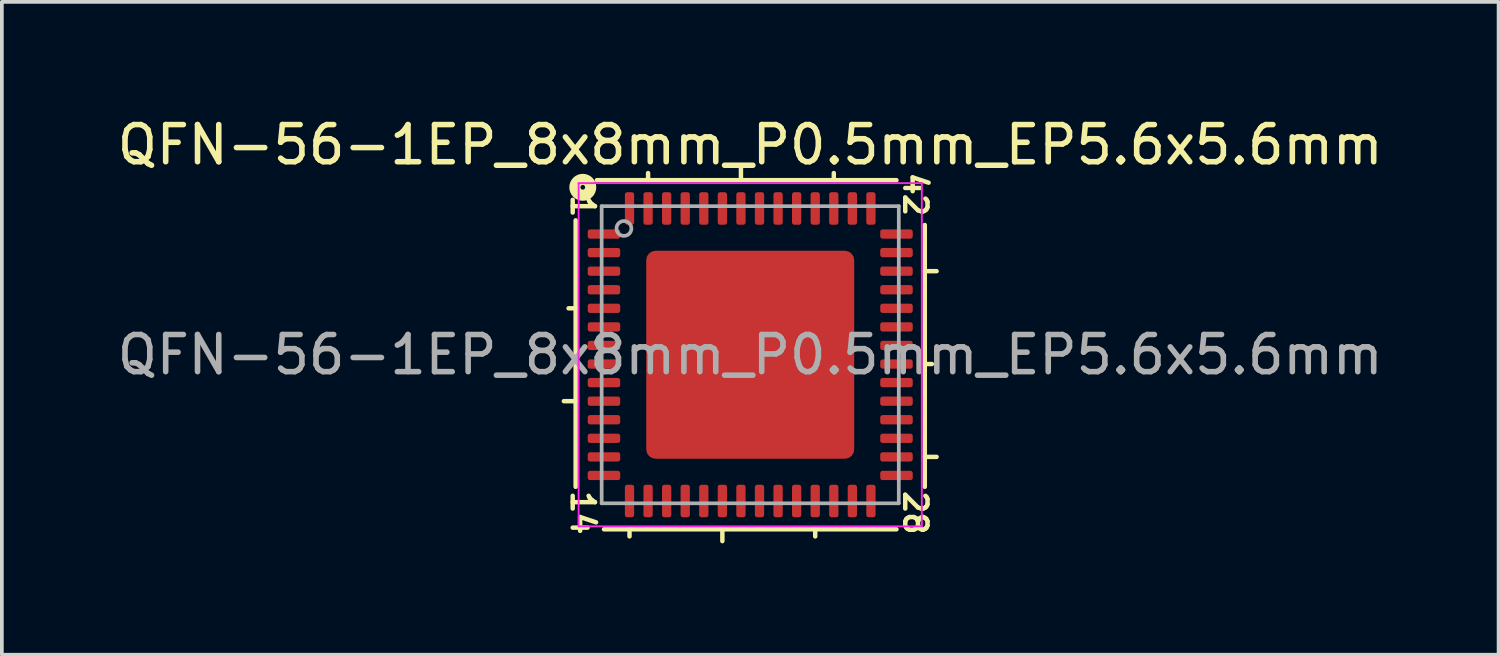
<source format=kicad_pcb>
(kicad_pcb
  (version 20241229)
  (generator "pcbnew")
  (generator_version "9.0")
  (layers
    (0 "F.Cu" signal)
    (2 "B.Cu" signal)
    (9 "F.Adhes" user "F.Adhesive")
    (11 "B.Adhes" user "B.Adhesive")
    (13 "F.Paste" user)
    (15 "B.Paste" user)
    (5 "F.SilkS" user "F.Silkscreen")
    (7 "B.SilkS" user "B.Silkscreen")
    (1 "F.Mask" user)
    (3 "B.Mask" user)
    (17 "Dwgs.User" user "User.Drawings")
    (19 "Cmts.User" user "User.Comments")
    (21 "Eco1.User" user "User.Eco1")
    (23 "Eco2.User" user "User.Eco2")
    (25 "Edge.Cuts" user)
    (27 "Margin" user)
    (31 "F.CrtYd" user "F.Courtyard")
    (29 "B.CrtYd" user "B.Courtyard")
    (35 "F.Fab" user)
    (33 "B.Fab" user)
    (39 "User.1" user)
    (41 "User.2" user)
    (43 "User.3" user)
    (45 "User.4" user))
  (footprint "QFN-56-1EP_8x8mm_P0.5mm_EP5.6x5.6mm"
    (layer "F.Cu")
    (at 17.149 6.501)
    (property "Reference" "QFN-56-1EP_8x8mm_P0.5mm_EP5.6x5.6mm" (at 0 -5.652 0) (layer "F.SilkS") (effects (font (size 1 1) (thickness 0.15))))
    (attr smd)
    (fp_line (start -4.7 -3.619) (end -4.7 3.556) (stroke (width 0.12) (type solid)) (layer "F.SilkS"))
    (fp_line (start -4.7 -1.25) (end -4.891 -1.25) (stroke (width 0.12) (type solid)) (layer "F.SilkS"))
    (fp_line (start -4.7 1.25) (end -5.018 1.25) (stroke (width 0.12) (type solid)) (layer "F.SilkS"))
    (fp_line (start -3.937 4.7) (end 3.937 4.7) (stroke (width 0.12) (type solid)) (layer "F.SilkS"))
    (fp_line (start -3.25 4.891) (end -3.25 4.7) (stroke (width 0.12) (type solid)) (layer "F.SilkS"))
    (fp_line (start -2.75 -4.7) (end -2.75 -4.891) (stroke (width 0.12) (type solid)) (layer "F.SilkS"))
    (fp_line (start -0.75 5.018) (end -0.75 4.7) (stroke (width 0.12) (type solid)) (layer "F.SilkS"))
    (fp_line (start -0.25 -4.7) (end -0.25 -5.018) (stroke (width 0.12) (type solid)) (layer "F.SilkS"))
    (fp_line (start 1.75 4.891) (end 1.75 4.7) (stroke (width 0.12) (type solid)) (layer "F.SilkS"))
    (fp_line (start 2.25 -4.7) (end 2.25 -4.891) (stroke (width 0.12) (type solid)) (layer "F.SilkS"))
    (fp_line (start 3.937 -4.7) (end -4.128 -4.7) (stroke (width 0.12) (type solid)) (layer "F.SilkS"))
    (fp_line (start 4.7 -2.25) (end 5.018 -2.25) (stroke (width 0.12) (type solid)) (layer "F.SilkS"))
    (fp_line (start 4.7 0.25) (end 4.891 0.25) (stroke (width 0.12) (type solid)) (layer "F.SilkS"))
    (fp_line (start 4.7 2.75) (end 5.018 2.75) (stroke (width 0.12) (type solid)) (layer "F.SilkS"))
    (fp_line (start 4.7 3.556) (end 4.7 -3.493) (stroke (width 0.12) (type solid)) (layer "F.SilkS"))
    (fp_circle (center -4.508 -4.508) (end -4.445 -4.508) (stroke (width 0.3) (type solid)) (fill no) (layer "F.SilkS"))
    (fp_line (start -4.62 -4.62) (end -4.62 4.62) (stroke (width 0.05) (type solid)) (layer "F.CrtYd"))
    (fp_line (start -4.62 4.62) (end 4.62 4.62) (stroke (width 0.05) (type solid)) (layer "F.CrtYd"))
    (fp_line (start 4.62 -4.62) (end -4.62 -4.62) (stroke (width 0.05) (type solid)) (layer "F.CrtYd"))
    (fp_line (start 4.62 4.62) (end 4.62 -4.62) (stroke (width 0.05) (type solid)) (layer "F.CrtYd"))
    (fp_line (start -4 -4) (end 4 -4) (stroke (width 0.1) (type solid)) (layer "F.Fab"))
    (fp_line (start -4 4) (end -4 -4) (stroke (width 0.1) (type solid)) (layer "F.Fab"))
    (fp_line (start 4 -4) (end 4 4) (stroke (width 0.1) (type solid)) (layer "F.Fab"))
    (fp_line (start 4 4) (end -4 4) (stroke (width 0.1) (type solid)) (layer "F.Fab"))
    (fp_circle (center -3.4 -3.4) (end -3.2 -3.4) (stroke (width 0.1) (type solid)) (fill no) (layer "F.Fab"))
    (fp_text user "1" (at -4.508 -4 270) (unlocked yes) (layer "F.SilkS") (effects (font (size 0.6 0.6) (thickness 0.12))))
    (fp_text user "28" (at 4.445 4.255 270) (unlocked yes) (layer "F.SilkS") (effects (font (size 0.6 0.6) (thickness 0.12))))
    (fp_text user "42" (at 4.445 -4.318 270) (unlocked yes) (layer "F.SilkS") (effects (font (size 0.6 0.6) (thickness 0.12))))
    (fp_text user "14" (at -4.508 4.255 270) (unlocked yes) (layer "F.SilkS") (effects (font (size 0.6 0.6) (thickness 0.12))))
    (fp_text user "${REFERENCE}" (at 0 0 0) (layer "F.Fab") (effects (font (size 1 1) (thickness 0.15))))
    (pad "" smd roundrect (at -2.1 -2.1) (size 1.13 1.13) (layers "F.Paste") (roundrect_rratio 0.221))
    (pad "" smd roundrect (at -2.1 -0.7) (size 1.13 1.13) (layers "F.Paste") (roundrect_rratio 0.221))
    (pad "" smd roundrect (at -2.1 0.7) (size 1.13 1.13) (layers "F.Paste") (roundrect_rratio 0.221))
    (pad "" smd roundrect (at -2.1 2.1) (size 1.13 1.13) (layers "F.Paste") (roundrect_rratio 0.221))
    (pad "" smd roundrect (at -0.7 -2.1) (size 1.13 1.13) (layers "F.Paste") (roundrect_rratio 0.221))
    (pad "" smd roundrect (at -0.7 -0.7) (size 1.13 1.13) (layers "F.Paste") (roundrect_rratio 0.221))
    (pad "" smd roundrect (at -0.7 0.7) (size 1.13 1.13) (layers "F.Paste") (roundrect_rratio 0.221))
    (pad "" smd roundrect (at -0.7 2.1) (size 1.13 1.13) (layers "F.Paste") (roundrect_rratio 0.221))
    (pad "" smd roundrect (at 0.7 -2.1) (size 1.13 1.13) (layers "F.Paste") (roundrect_rratio 0.221))
    (pad "" smd roundrect (at 0.7 -0.7) (size 1.13 1.13) (layers "F.Paste") (roundrect_rratio 0.221))
    (pad "" smd roundrect (at 0.7 0.7) (size 1.13 1.13) (layers "F.Paste") (roundrect_rratio 0.221))
    (pad "" smd roundrect (at 0.7 2.1) (size 1.13 1.13) (layers "F.Paste") (roundrect_rratio 0.221))
    (pad "" smd roundrect (at 2.1 -2.1) (size 1.13 1.13) (layers "F.Paste") (roundrect_rratio 0.221))
    (pad "" smd roundrect (at 2.1 -0.7) (size 1.13 1.13) (layers "F.Paste") (roundrect_rratio 0.221))
    (pad "" smd roundrect (at 2.1 0.7) (size 1.13 1.13) (layers "F.Paste") (roundrect_rratio 0.221))
    (pad "" smd roundrect (at 2.1 2.1) (size 1.13 1.13) (layers "F.Paste") (roundrect_rratio 0.221))
    (pad "1" smd roundrect (at -3.938 -3.25) (size 0.875 0.25) (layers "F.Cu" "F.Mask" "F.Paste") (roundrect_rratio 0.25))
    (pad "2" smd roundrect (at -3.938 -2.75) (size 0.875 0.25) (layers "F.Cu" "F.Mask" "F.Paste") (roundrect_rratio 0.25))
    (pad "3" smd roundrect (at -3.938 -2.25) (size 0.875 0.25) (layers "F.Cu" "F.Mask" "F.Paste") (roundrect_rratio 0.25))
    (pad "4" smd roundrect (at -3.938 -1.75) (size 0.875 0.25) (layers "F.Cu" "F.Mask" "F.Paste") (roundrect_rratio 0.25))
    (pad "5" smd roundrect (at -3.938 -1.25) (size 0.875 0.25) (layers "F.Cu" "F.Mask" "F.Paste") (roundrect_rratio 0.25))
    (pad "6" smd roundrect (at -3.938 -0.75) (size 0.875 0.25) (layers "F.Cu" "F.Mask" "F.Paste") (roundrect_rratio 0.25))
    (pad "7" smd roundrect (at -3.938 -0.25) (size 0.875 0.25) (layers "F.Cu" "F.Mask" "F.Paste") (roundrect_rratio 0.25))
    (pad "8" smd roundrect (at -3.938 0.25) (size 0.875 0.25) (layers "F.Cu" "F.Mask" "F.Paste") (roundrect_rratio 0.25))
    (pad "9" smd roundrect (at -3.938 0.75) (size 0.875 0.25) (layers "F.Cu" "F.Mask" "F.Paste") (roundrect_rratio 0.25))
    (pad "10" smd roundrect (at -3.938 1.25) (size 0.875 0.25) (layers "F.Cu" "F.Mask" "F.Paste") (roundrect_rratio 0.25))
    (pad "11" smd roundrect (at -3.938 1.75) (size 0.875 0.25) (layers "F.Cu" "F.Mask" "F.Paste") (roundrect_rratio 0.25))
    (pad "12" smd roundrect (at -3.938 2.25) (size 0.875 0.25) (layers "F.Cu" "F.Mask" "F.Paste") (roundrect_rratio 0.25))
    (pad "13" smd roundrect (at -3.938 2.75) (size 0.875 0.25) (layers "F.Cu" "F.Mask" "F.Paste") (roundrect_rratio 0.25))
    (pad "14" smd roundrect (at -3.938 3.25) (size 0.875 0.25) (layers "F.Cu" "F.Mask" "F.Paste") (roundrect_rratio 0.25))
    (pad "15" smd roundrect (at -3.25 3.938) (size 0.25 0.875) (layers "F.Cu" "F.Mask" "F.Paste") (roundrect_rratio 0.25))
    (pad "16" smd roundrect (at -2.75 3.938) (size 0.25 0.875) (layers "F.Cu" "F.Mask" "F.Paste") (roundrect_rratio 0.25))
    (pad "17" smd roundrect (at -2.25 3.938) (size 0.25 0.875) (layers "F.Cu" "F.Mask" "F.Paste") (roundrect_rratio 0.25))
    (pad "18" smd roundrect (at -1.75 3.938) (size 0.25 0.875) (layers "F.Cu" "F.Mask" "F.Paste") (roundrect_rratio 0.25))
    (pad "19" smd roundrect (at -1.25 3.938) (size 0.25 0.875) (layers "F.Cu" "F.Mask" "F.Paste") (roundrect_rratio 0.25))
    (pad "20" smd roundrect (at -0.75 3.938) (size 0.25 0.875) (layers "F.Cu" "F.Mask" "F.Paste") (roundrect_rratio 0.25))
    (pad "21" smd roundrect (at -0.25 3.938) (size 0.25 0.875) (layers "F.Cu" "F.Mask" "F.Paste") (roundrect_rratio 0.25))
    (pad "22" smd roundrect (at 0.25 3.938) (size 0.25 0.875) (layers "F.Cu" "F.Mask" "F.Paste") (roundrect_rratio 0.25))
    (pad "23" smd roundrect (at 0.75 3.938) (size 0.25 0.875) (layers "F.Cu" "F.Mask" "F.Paste") (roundrect_rratio 0.25))
    (pad "24" smd roundrect (at 1.25 3.938) (size 0.25 0.875) (layers "F.Cu" "F.Mask" "F.Paste") (roundrect_rratio 0.25))
    (pad "25" smd roundrect (at 1.75 3.938) (size 0.25 0.875) (layers "F.Cu" "F.Mask" "F.Paste") (roundrect_rratio 0.25))
    (pad "26" smd roundrect (at 2.25 3.938) (size 0.25 0.875) (layers "F.Cu" "F.Mask" "F.Paste") (roundrect_rratio 0.25))
    (pad "27" smd roundrect (at 2.75 3.938) (size 0.25 0.875) (layers "F.Cu" "F.Mask" "F.Paste") (roundrect_rratio 0.25))
    (pad "28" smd roundrect (at 3.25 3.938) (size 0.25 0.875) (layers "F.Cu" "F.Mask" "F.Paste") (roundrect_rratio 0.25))
    (pad "29" smd roundrect (at 3.938 3.25) (size 0.875 0.25) (layers "F.Cu" "F.Mask" "F.Paste") (roundrect_rratio 0.25))
    (pad "30" smd roundrect (at 3.938 2.75) (size 0.875 0.25) (layers "F.Cu" "F.Mask" "F.Paste") (roundrect_rratio 0.25))
    (pad "31" smd roundrect (at 3.938 2.25) (size 0.875 0.25) (layers "F.Cu" "F.Mask" "F.Paste") (roundrect_rratio 0.25))
    (pad "32" smd roundrect (at 3.938 1.75) (size 0.875 0.25) (layers "F.Cu" "F.Mask" "F.Paste") (roundrect_rratio 0.25))
    (pad "33" smd roundrect (at 3.938 1.25) (size 0.875 0.25) (layers "F.Cu" "F.Mask" "F.Paste") (roundrect_rratio 0.25))
    (pad "34" smd roundrect (at 3.938 0.75) (size 0.875 0.25) (layers "F.Cu" "F.Mask" "F.Paste") (roundrect_rratio 0.25))
    (pad "35" smd roundrect (at 3.938 0.25) (size 0.875 0.25) (layers "F.Cu" "F.Mask" "F.Paste") (roundrect_rratio 0.25))
    (pad "36" smd roundrect (at 3.938 -0.25) (size 0.875 0.25) (layers "F.Cu" "F.Mask" "F.Paste") (roundrect_rratio 0.25))
    (pad "37" smd roundrect (at 3.938 -0.75) (size 0.875 0.25) (layers "F.Cu" "F.Mask" "F.Paste") (roundrect_rratio 0.25))
    (pad "38" smd roundrect (at 3.938 -1.25) (size 0.875 0.25) (layers "F.Cu" "F.Mask" "F.Paste") (roundrect_rratio 0.25))
    (pad "39" smd roundrect (at 3.938 -1.75) (size 0.875 0.25) (layers "F.Cu" "F.Mask" "F.Paste") (roundrect_rratio 0.25))
    (pad "40" smd roundrect (at 3.938 -2.25) (size 0.875 0.25) (layers "F.Cu" "F.Mask" "F.Paste") (roundrect_rratio 0.25))
    (pad "41" smd roundrect (at 3.938 -2.75) (size 0.875 0.25) (layers "F.Cu" "F.Mask" "F.Paste") (roundrect_rratio 0.25))
    (pad "42" smd roundrect (at 3.938 -3.25) (size 0.875 0.25) (layers "F.Cu" "F.Mask" "F.Paste") (roundrect_rratio 0.25))
    (pad "43" smd roundrect (at 3.25 -3.938) (size 0.25 0.875) (layers "F.Cu" "F.Mask" "F.Paste") (roundrect_rratio 0.25))
    (pad "44" smd roundrect (at 2.75 -3.938) (size 0.25 0.875) (layers "F.Cu" "F.Mask" "F.Paste") (roundrect_rratio 0.25))
    (pad "45" smd roundrect (at 2.25 -3.938) (size 0.25 0.875) (layers "F.Cu" "F.Mask" "F.Paste") (roundrect_rratio 0.25))
    (pad "46" smd roundrect (at 1.75 -3.938) (size 0.25 0.875) (layers "F.Cu" "F.Mask" "F.Paste") (roundrect_rratio 0.25))
    (pad "47" smd roundrect (at 1.25 -3.938) (size 0.25 0.875) (layers "F.Cu" "F.Mask" "F.Paste") (roundrect_rratio 0.25))
    (pad "48" smd roundrect (at 0.75 -3.938) (size 0.25 0.875) (layers "F.Cu" "F.Mask" "F.Paste") (roundrect_rratio 0.25))
    (pad "49" smd roundrect (at 0.25 -3.938) (size 0.25 0.875) (layers "F.Cu" "F.Mask" "F.Paste") (roundrect_rratio 0.25))
    (pad "50" smd roundrect (at -0.25 -3.938) (size 0.25 0.875) (layers "F.Cu" "F.Mask" "F.Paste") (roundrect_rratio 0.25))
    (pad "51" smd roundrect (at -0.75 -3.938) (size 0.25 0.875) (layers "F.Cu" "F.Mask" "F.Paste") (roundrect_rratio 0.25))
    (pad "52" smd roundrect (at -1.25 -3.938) (size 0.25 0.875) (layers "F.Cu" "F.Mask" "F.Paste") (roundrect_rratio 0.25))
    (pad "53" smd roundrect (at -1.75 -3.938) (size 0.25 0.875) (layers "F.Cu" "F.Mask" "F.Paste") (roundrect_rratio 0.25))
    (pad "54" smd roundrect (at -2.25 -3.938) (size 0.25 0.875) (layers "F.Cu" "F.Mask" "F.Paste") (roundrect_rratio 0.25))
    (pad "55" smd roundrect (at -2.75 -3.938) (size 0.25 0.875) (layers "F.Cu" "F.Mask" "F.Paste") (roundrect_rratio 0.25))
    (pad "56" smd roundrect (at -3.25 -3.938) (size 0.25 0.875) (layers "F.Cu" "F.Mask" "F.Paste") (roundrect_rratio 0.25))
    (pad "57" smd roundrect (at 0 0) (size 5.6 5.6) (layers "F.Cu" "F.Mask") (roundrect_rratio 0.045)))
  (gr_rect
    (start -3 -3)
    (end 37.298 14.578)
    (stroke (width 0.1) (type default))
    (fill no)
    (layer "Edge.Cuts")))
</source>
